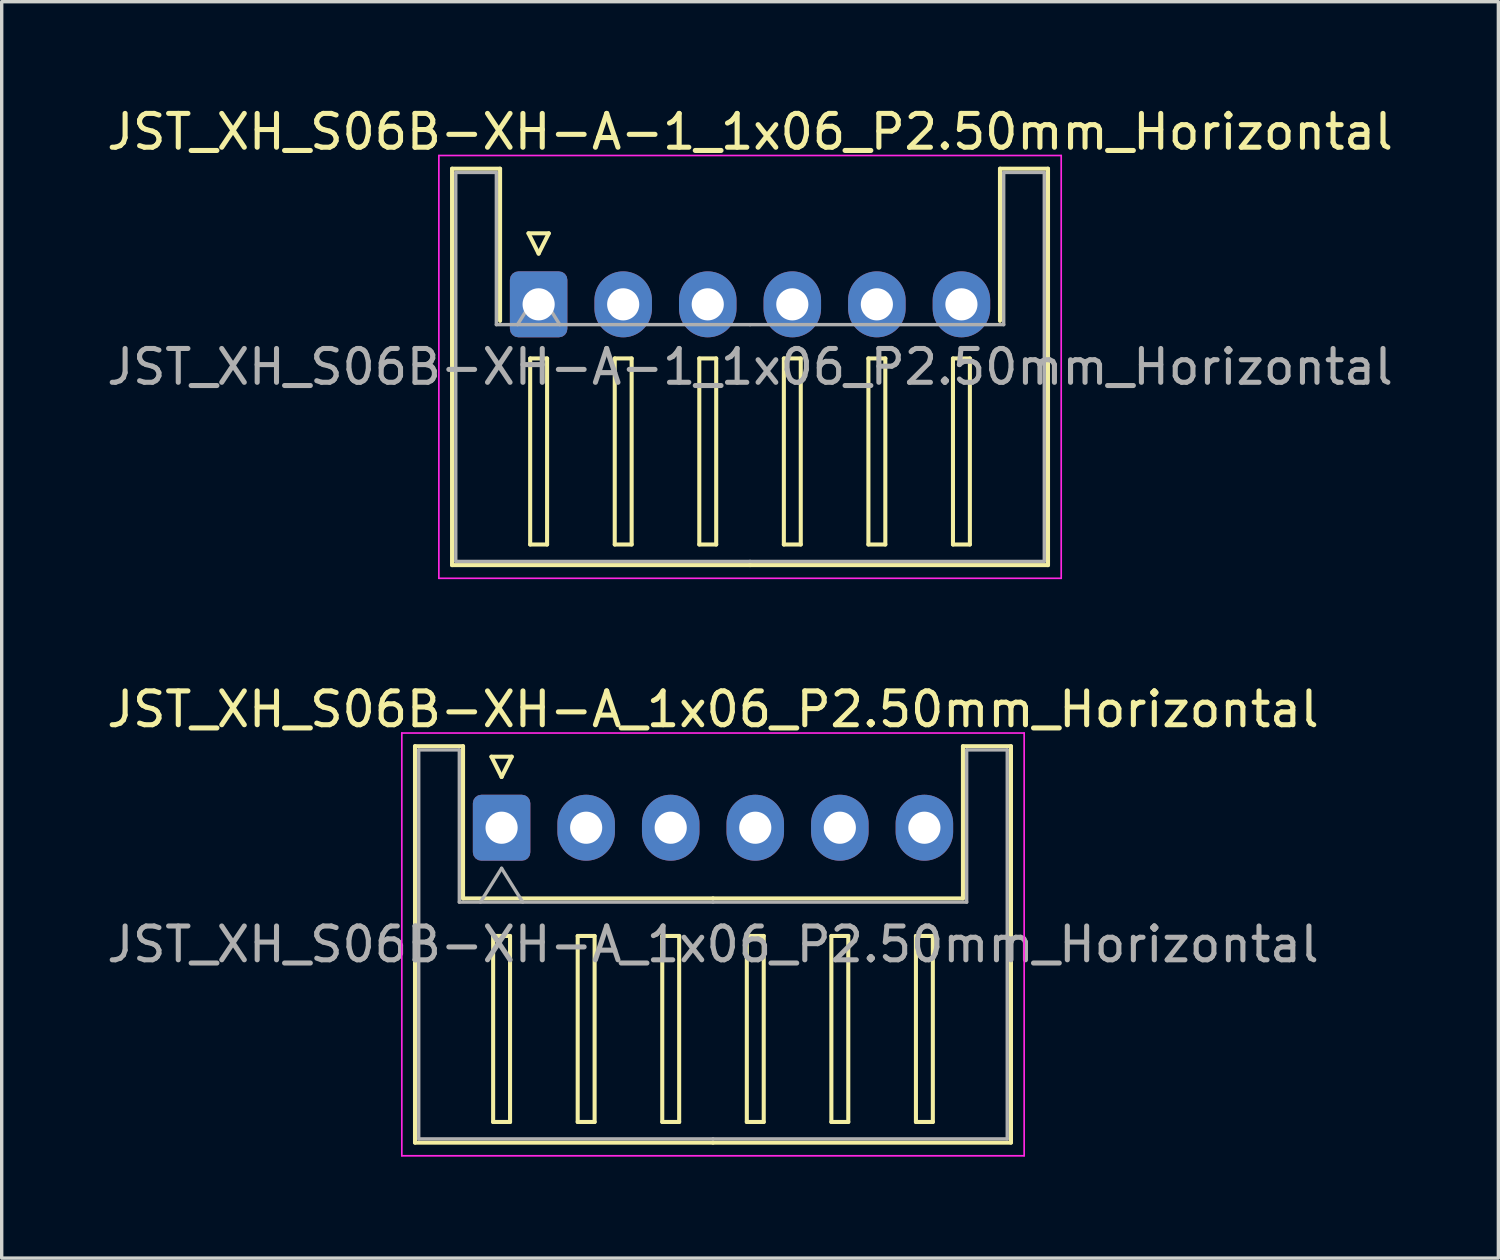
<source format=kicad_pcb>
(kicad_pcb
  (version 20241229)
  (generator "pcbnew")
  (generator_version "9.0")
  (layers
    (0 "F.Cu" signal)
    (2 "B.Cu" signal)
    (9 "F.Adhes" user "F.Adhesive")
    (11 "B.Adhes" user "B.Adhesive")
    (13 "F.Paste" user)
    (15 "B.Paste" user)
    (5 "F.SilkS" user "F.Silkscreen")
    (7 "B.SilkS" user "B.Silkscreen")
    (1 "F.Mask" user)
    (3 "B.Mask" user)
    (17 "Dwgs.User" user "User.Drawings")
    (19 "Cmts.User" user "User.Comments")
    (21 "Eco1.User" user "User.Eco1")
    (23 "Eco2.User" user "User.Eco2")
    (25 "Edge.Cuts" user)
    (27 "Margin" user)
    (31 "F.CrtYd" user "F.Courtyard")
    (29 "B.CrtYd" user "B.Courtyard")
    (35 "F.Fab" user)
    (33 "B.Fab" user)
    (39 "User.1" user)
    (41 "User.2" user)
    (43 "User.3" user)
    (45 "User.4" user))
  (footprint "JST_XH_S06B-XH-A-1_1x06_P2.50mm_Horizontal"
    (layer "F.Cu")
    (at 12.875 5.948)
    (property "Reference" "JST_XH_S06B-XH-A-1_1x06_P2.50mm_Horizontal" (at 6.25 -5.1 0) (layer "F.SilkS") (effects (font (size 1 1) (thickness 0.15))))
    (attr through_hole)
    (fp_line (start -2.56 -4.01) (end -1.14 -4.01) (stroke (width 0.12) (type solid)) (layer "F.SilkS"))
    (fp_line (start -2.56 7.71) (end -2.56 -4.01) (stroke (width 0.12) (type solid)) (layer "F.SilkS"))
    (fp_line (start -1.14 -4.01) (end -1.14 0.49) (stroke (width 0.12) (type solid)) (layer "F.SilkS"))
    (fp_line (start -0.3 -2.1) (end 0.3 -2.1) (stroke (width 0.12) (type solid)) (layer "F.SilkS"))
    (fp_line (start -0.25 1.6) (end -0.25 7.1) (stroke (width 0.12) (type solid)) (layer "F.SilkS"))
    (fp_line (start -0.25 7.1) (end 0.25 7.1) (stroke (width 0.12) (type solid)) (layer "F.SilkS"))
    (fp_line (start 0 -1.5) (end -0.3 -2.1) (stroke (width 0.12) (type solid)) (layer "F.SilkS"))
    (fp_line (start 0.25 1.6) (end -0.25 1.6) (stroke (width 0.12) (type solid)) (layer "F.SilkS"))
    (fp_line (start 0.25 7.1) (end 0.25 1.6) (stroke (width 0.12) (type solid)) (layer "F.SilkS"))
    (fp_line (start 0.3 -2.1) (end 0 -1.5) (stroke (width 0.12) (type solid)) (layer "F.SilkS"))
    (fp_line (start 2.25 1.6) (end 2.25 7.1) (stroke (width 0.12) (type solid)) (layer "F.SilkS"))
    (fp_line (start 2.25 7.1) (end 2.75 7.1) (stroke (width 0.12) (type solid)) (layer "F.SilkS"))
    (fp_line (start 2.75 1.6) (end 2.25 1.6) (stroke (width 0.12) (type solid)) (layer "F.SilkS"))
    (fp_line (start 2.75 7.1) (end 2.75 1.6) (stroke (width 0.12) (type solid)) (layer "F.SilkS"))
    (fp_line (start 4.75 1.6) (end 4.75 7.1) (stroke (width 0.12) (type solid)) (layer "F.SilkS"))
    (fp_line (start 4.75 7.1) (end 5.25 7.1) (stroke (width 0.12) (type solid)) (layer "F.SilkS"))
    (fp_line (start 5.25 1.6) (end 4.75 1.6) (stroke (width 0.12) (type solid)) (layer "F.SilkS"))
    (fp_line (start 5.25 7.1) (end 5.25 1.6) (stroke (width 0.12) (type solid)) (layer "F.SilkS"))
    (fp_line (start 6.25 7.71) (end -2.56 7.71) (stroke (width 0.12) (type solid)) (layer "F.SilkS"))
    (fp_line (start 6.25 7.71) (end 15.06 7.71) (stroke (width 0.12) (type solid)) (layer "F.SilkS"))
    (fp_line (start 7.25 1.6) (end 7.25 7.1) (stroke (width 0.12) (type solid)) (layer "F.SilkS"))
    (fp_line (start 7.25 7.1) (end 7.75 7.1) (stroke (width 0.12) (type solid)) (layer "F.SilkS"))
    (fp_line (start 7.75 1.6) (end 7.25 1.6) (stroke (width 0.12) (type solid)) (layer "F.SilkS"))
    (fp_line (start 7.75 7.1) (end 7.75 1.6) (stroke (width 0.12) (type solid)) (layer "F.SilkS"))
    (fp_line (start 9.75 1.6) (end 9.75 7.1) (stroke (width 0.12) (type solid)) (layer "F.SilkS"))
    (fp_line (start 9.75 7.1) (end 10.25 7.1) (stroke (width 0.12) (type solid)) (layer "F.SilkS"))
    (fp_line (start 10.25 1.6) (end 9.75 1.6) (stroke (width 0.12) (type solid)) (layer "F.SilkS"))
    (fp_line (start 10.25 7.1) (end 10.25 1.6) (stroke (width 0.12) (type solid)) (layer "F.SilkS"))
    (fp_line (start 12.25 1.6) (end 12.25 7.1) (stroke (width 0.12) (type solid)) (layer "F.SilkS"))
    (fp_line (start 12.25 7.1) (end 12.75 7.1) (stroke (width 0.12) (type solid)) (layer "F.SilkS"))
    (fp_line (start 12.75 1.6) (end 12.25 1.6) (stroke (width 0.12) (type solid)) (layer "F.SilkS"))
    (fp_line (start 12.75 7.1) (end 12.75 1.6) (stroke (width 0.12) (type solid)) (layer "F.SilkS"))
    (fp_line (start 13.64 -4.01) (end 13.64 0.49) (stroke (width 0.12) (type solid)) (layer "F.SilkS"))
    (fp_line (start 15.06 -4.01) (end 13.64 -4.01) (stroke (width 0.12) (type solid)) (layer "F.SilkS"))
    (fp_line (start 15.06 7.71) (end 15.06 -4.01) (stroke (width 0.12) (type solid)) (layer "F.SilkS"))
    (fp_line (start -2.95 -4.4) (end -2.95 8.1) (stroke (width 0.05) (type solid)) (layer "F.CrtYd"))
    (fp_line (start -2.95 8.1) (end 15.45 8.1) (stroke (width 0.05) (type solid)) (layer "F.CrtYd"))
    (fp_line (start 15.45 -4.4) (end -2.95 -4.4) (stroke (width 0.05) (type solid)) (layer "F.CrtYd"))
    (fp_line (start 15.45 8.1) (end 15.45 -4.4) (stroke (width 0.05) (type solid)) (layer "F.CrtYd"))
    (fp_line (start -2.45 -3.9) (end -1.25 -3.9) (stroke (width 0.1) (type solid)) (layer "F.Fab"))
    (fp_line (start -2.45 7.6) (end -2.45 -3.9) (stroke (width 0.1) (type solid)) (layer "F.Fab"))
    (fp_line (start -1.25 -3.9) (end -1.25 0.6) (stroke (width 0.1) (type solid)) (layer "F.Fab"))
    (fp_line (start -1.25 0.6) (end 6.25 0.6) (stroke (width 0.1) (type solid)) (layer "F.Fab"))
    (fp_line (start -0.625 0.6) (end 0 -0.4) (stroke (width 0.1) (type solid)) (layer "F.Fab"))
    (fp_line (start 0 -0.4) (end 0.625 0.6) (stroke (width 0.1) (type solid)) (layer "F.Fab"))
    (fp_line (start 6.25 7.6) (end -2.45 7.6) (stroke (width 0.1) (type solid)) (layer "F.Fab"))
    (fp_line (start 6.25 7.6) (end 14.95 7.6) (stroke (width 0.1) (type solid)) (layer "F.Fab"))
    (fp_line (start 13.75 -3.9) (end 13.75 0.6) (stroke (width 0.1) (type solid)) (layer "F.Fab"))
    (fp_line (start 13.75 0.6) (end 6.25 0.6) (stroke (width 0.1) (type solid)) (layer "F.Fab"))
    (fp_line (start 14.95 -3.9) (end 13.75 -3.9) (stroke (width 0.1) (type solid)) (layer "F.Fab"))
    (fp_line (start 14.95 7.6) (end 14.95 -3.9) (stroke (width 0.1) (type solid)) (layer "F.Fab"))
    (fp_text user "${REFERENCE}" (at 6.25 1.85 0) (layer "F.Fab") (effects (font (size 1 1) (thickness 0.15))))
    (pad "1" thru_hole roundrect (at 0 0) (size 1.7 1.95) (drill 0.95) (layers "*.Cu" "*.Mask") (roundrect_rratio 0.147))
    (pad "2" thru_hole oval (at 2.5 0) (size 1.7 1.95) (drill 0.95) (layers "*.Cu" "*.Mask"))
    (pad "3" thru_hole oval (at 5 0) (size 1.7 1.95) (drill 0.95) (layers "*.Cu" "*.Mask"))
    (pad "4" thru_hole oval (at 7.5 0) (size 1.7 1.95) (drill 0.95) (layers "*.Cu" "*.Mask"))
    (pad "5" thru_hole oval (at 10 0) (size 1.7 1.95) (drill 0.95) (layers "*.Cu" "*.Mask"))
    (pad "6" thru_hole oval (at 12.5 0) (size 1.7 1.95) (drill 0.95) (layers "*.Cu" "*.Mask")))
  (footprint "JST_XH_S06B-XH-A_1x06_P2.50mm_Horizontal"
    (layer "F.Cu")
    (at 11.78 21.422)
    (property "Reference" "JST_XH_S06B-XH-A_1x06_P2.50mm_Horizontal" (at 6.25 -3.5 0) (layer "F.SilkS") (effects (font (size 1 1) (thickness 0.15))))
    (attr through_hole)
    (fp_line (start -2.56 -2.41) (end -1.14 -2.41) (stroke (width 0.12) (type solid)) (layer "F.SilkS"))
    (fp_line (start -2.56 9.31) (end -2.56 -2.41) (stroke (width 0.12) (type solid)) (layer "F.SilkS"))
    (fp_line (start -1.14 -2.41) (end -1.14 2.09) (stroke (width 0.12) (type solid)) (layer "F.SilkS"))
    (fp_line (start -1.14 2.09) (end 6.25 2.09) (stroke (width 0.12) (type solid)) (layer "F.SilkS"))
    (fp_line (start -0.3 -2.1) (end 0.3 -2.1) (stroke (width 0.12) (type solid)) (layer "F.SilkS"))
    (fp_line (start -0.25 3.2) (end -0.25 8.7) (stroke (width 0.12) (type solid)) (layer "F.SilkS"))
    (fp_line (start -0.25 8.7) (end 0.25 8.7) (stroke (width 0.12) (type solid)) (layer "F.SilkS"))
    (fp_line (start 0 -1.5) (end -0.3 -2.1) (stroke (width 0.12) (type solid)) (layer "F.SilkS"))
    (fp_line (start 0.25 3.2) (end -0.25 3.2) (stroke (width 0.12) (type solid)) (layer "F.SilkS"))
    (fp_line (start 0.25 8.7) (end 0.25 3.2) (stroke (width 0.12) (type solid)) (layer "F.SilkS"))
    (fp_line (start 0.3 -2.1) (end 0 -1.5) (stroke (width 0.12) (type solid)) (layer "F.SilkS"))
    (fp_line (start 2.25 3.2) (end 2.25 8.7) (stroke (width 0.12) (type solid)) (layer "F.SilkS"))
    (fp_line (start 2.25 8.7) (end 2.75 8.7) (stroke (width 0.12) (type solid)) (layer "F.SilkS"))
    (fp_line (start 2.75 3.2) (end 2.25 3.2) (stroke (width 0.12) (type solid)) (layer "F.SilkS"))
    (fp_line (start 2.75 8.7) (end 2.75 3.2) (stroke (width 0.12) (type solid)) (layer "F.SilkS"))
    (fp_line (start 4.75 3.2) (end 4.75 8.7) (stroke (width 0.12) (type solid)) (layer "F.SilkS"))
    (fp_line (start 4.75 8.7) (end 5.25 8.7) (stroke (width 0.12) (type solid)) (layer "F.SilkS"))
    (fp_line (start 5.25 3.2) (end 4.75 3.2) (stroke (width 0.12) (type solid)) (layer "F.SilkS"))
    (fp_line (start 5.25 8.7) (end 5.25 3.2) (stroke (width 0.12) (type solid)) (layer "F.SilkS"))
    (fp_line (start 6.25 9.31) (end -2.56 9.31) (stroke (width 0.12) (type solid)) (layer "F.SilkS"))
    (fp_line (start 6.25 9.31) (end 15.06 9.31) (stroke (width 0.12) (type solid)) (layer "F.SilkS"))
    (fp_line (start 7.25 3.2) (end 7.25 8.7) (stroke (width 0.12) (type solid)) (layer "F.SilkS"))
    (fp_line (start 7.25 8.7) (end 7.75 8.7) (stroke (width 0.12) (type solid)) (layer "F.SilkS"))
    (fp_line (start 7.75 3.2) (end 7.25 3.2) (stroke (width 0.12) (type solid)) (layer "F.SilkS"))
    (fp_line (start 7.75 8.7) (end 7.75 3.2) (stroke (width 0.12) (type solid)) (layer "F.SilkS"))
    (fp_line (start 9.75 3.2) (end 9.75 8.7) (stroke (width 0.12) (type solid)) (layer "F.SilkS"))
    (fp_line (start 9.75 8.7) (end 10.25 8.7) (stroke (width 0.12) (type solid)) (layer "F.SilkS"))
    (fp_line (start 10.25 3.2) (end 9.75 3.2) (stroke (width 0.12) (type solid)) (layer "F.SilkS"))
    (fp_line (start 10.25 8.7) (end 10.25 3.2) (stroke (width 0.12) (type solid)) (layer "F.SilkS"))
    (fp_line (start 12.25 3.2) (end 12.25 8.7) (stroke (width 0.12) (type solid)) (layer "F.SilkS"))
    (fp_line (start 12.25 8.7) (end 12.75 8.7) (stroke (width 0.12) (type solid)) (layer "F.SilkS"))
    (fp_line (start 12.75 3.2) (end 12.25 3.2) (stroke (width 0.12) (type solid)) (layer "F.SilkS"))
    (fp_line (start 12.75 8.7) (end 12.75 3.2) (stroke (width 0.12) (type solid)) (layer "F.SilkS"))
    (fp_line (start 13.64 -2.41) (end 13.64 2.09) (stroke (width 0.12) (type solid)) (layer "F.SilkS"))
    (fp_line (start 13.64 2.09) (end 6.25 2.09) (stroke (width 0.12) (type solid)) (layer "F.SilkS"))
    (fp_line (start 15.06 -2.41) (end 13.64 -2.41) (stroke (width 0.12) (type solid)) (layer "F.SilkS"))
    (fp_line (start 15.06 9.31) (end 15.06 -2.41) (stroke (width 0.12) (type solid)) (layer "F.SilkS"))
    (fp_line (start -2.95 -2.8) (end -2.95 9.7) (stroke (width 0.05) (type solid)) (layer "F.CrtYd"))
    (fp_line (start -2.95 9.7) (end 15.45 9.7) (stroke (width 0.05) (type solid)) (layer "F.CrtYd"))
    (fp_line (start 15.45 -2.8) (end -2.95 -2.8) (stroke (width 0.05) (type solid)) (layer "F.CrtYd"))
    (fp_line (start 15.45 9.7) (end 15.45 -2.8) (stroke (width 0.05) (type solid)) (layer "F.CrtYd"))
    (fp_line (start -2.45 -2.3) (end -1.25 -2.3) (stroke (width 0.1) (type solid)) (layer "F.Fab"))
    (fp_line (start -2.45 9.2) (end -2.45 -2.3) (stroke (width 0.1) (type solid)) (layer "F.Fab"))
    (fp_line (start -1.25 -2.3) (end -1.25 2.2) (stroke (width 0.1) (type solid)) (layer "F.Fab"))
    (fp_line (start -1.25 2.2) (end 6.25 2.2) (stroke (width 0.1) (type solid)) (layer "F.Fab"))
    (fp_line (start -0.625 2.2) (end 0 1.2) (stroke (width 0.1) (type solid)) (layer "F.Fab"))
    (fp_line (start 0 1.2) (end 0.625 2.2) (stroke (width 0.1) (type solid)) (layer "F.Fab"))
    (fp_line (start 6.25 9.2) (end -2.45 9.2) (stroke (width 0.1) (type solid)) (layer "F.Fab"))
    (fp_line (start 6.25 9.2) (end 14.95 9.2) (stroke (width 0.1) (type solid)) (layer "F.Fab"))
    (fp_line (start 13.75 -2.3) (end 13.75 2.2) (stroke (width 0.1) (type solid)) (layer "F.Fab"))
    (fp_line (start 13.75 2.2) (end 6.25 2.2) (stroke (width 0.1) (type solid)) (layer "F.Fab"))
    (fp_line (start 14.95 -2.3) (end 13.75 -2.3) (stroke (width 0.1) (type solid)) (layer "F.Fab"))
    (fp_line (start 14.95 9.2) (end 14.95 -2.3) (stroke (width 0.1) (type solid)) (layer "F.Fab"))
    (fp_text user "${REFERENCE}" (at 6.25 3.45 0) (layer "F.Fab") (effects (font (size 1 1) (thickness 0.15))))
    (pad "1" thru_hole roundrect (at 0 0) (size 1.7 1.95) (drill 0.95) (layers "*.Cu" "*.Mask") (roundrect_rratio 0.147))
    (pad "2" thru_hole oval (at 2.5 0) (size 1.7 1.95) (drill 0.95) (layers "*.Cu" "*.Mask"))
    (pad "3" thru_hole oval (at 5 0) (size 1.7 1.95) (drill 0.95) (layers "*.Cu" "*.Mask"))
    (pad "4" thru_hole oval (at 7.5 0) (size 1.7 1.95) (drill 0.95) (layers "*.Cu" "*.Mask"))
    (pad "5" thru_hole oval (at 10 0) (size 1.7 1.95) (drill 0.95) (layers "*.Cu" "*.Mask"))
    (pad "6" thru_hole oval (at 12.5 0) (size 1.7 1.95) (drill 0.95) (layers "*.Cu" "*.Mask")))
  (gr_rect
    (start -3 -3)
    (end 41.25 34.147)
    (stroke (width 0.1) (type default))
    (fill no)
    (layer "Edge.Cuts")))
</source>
